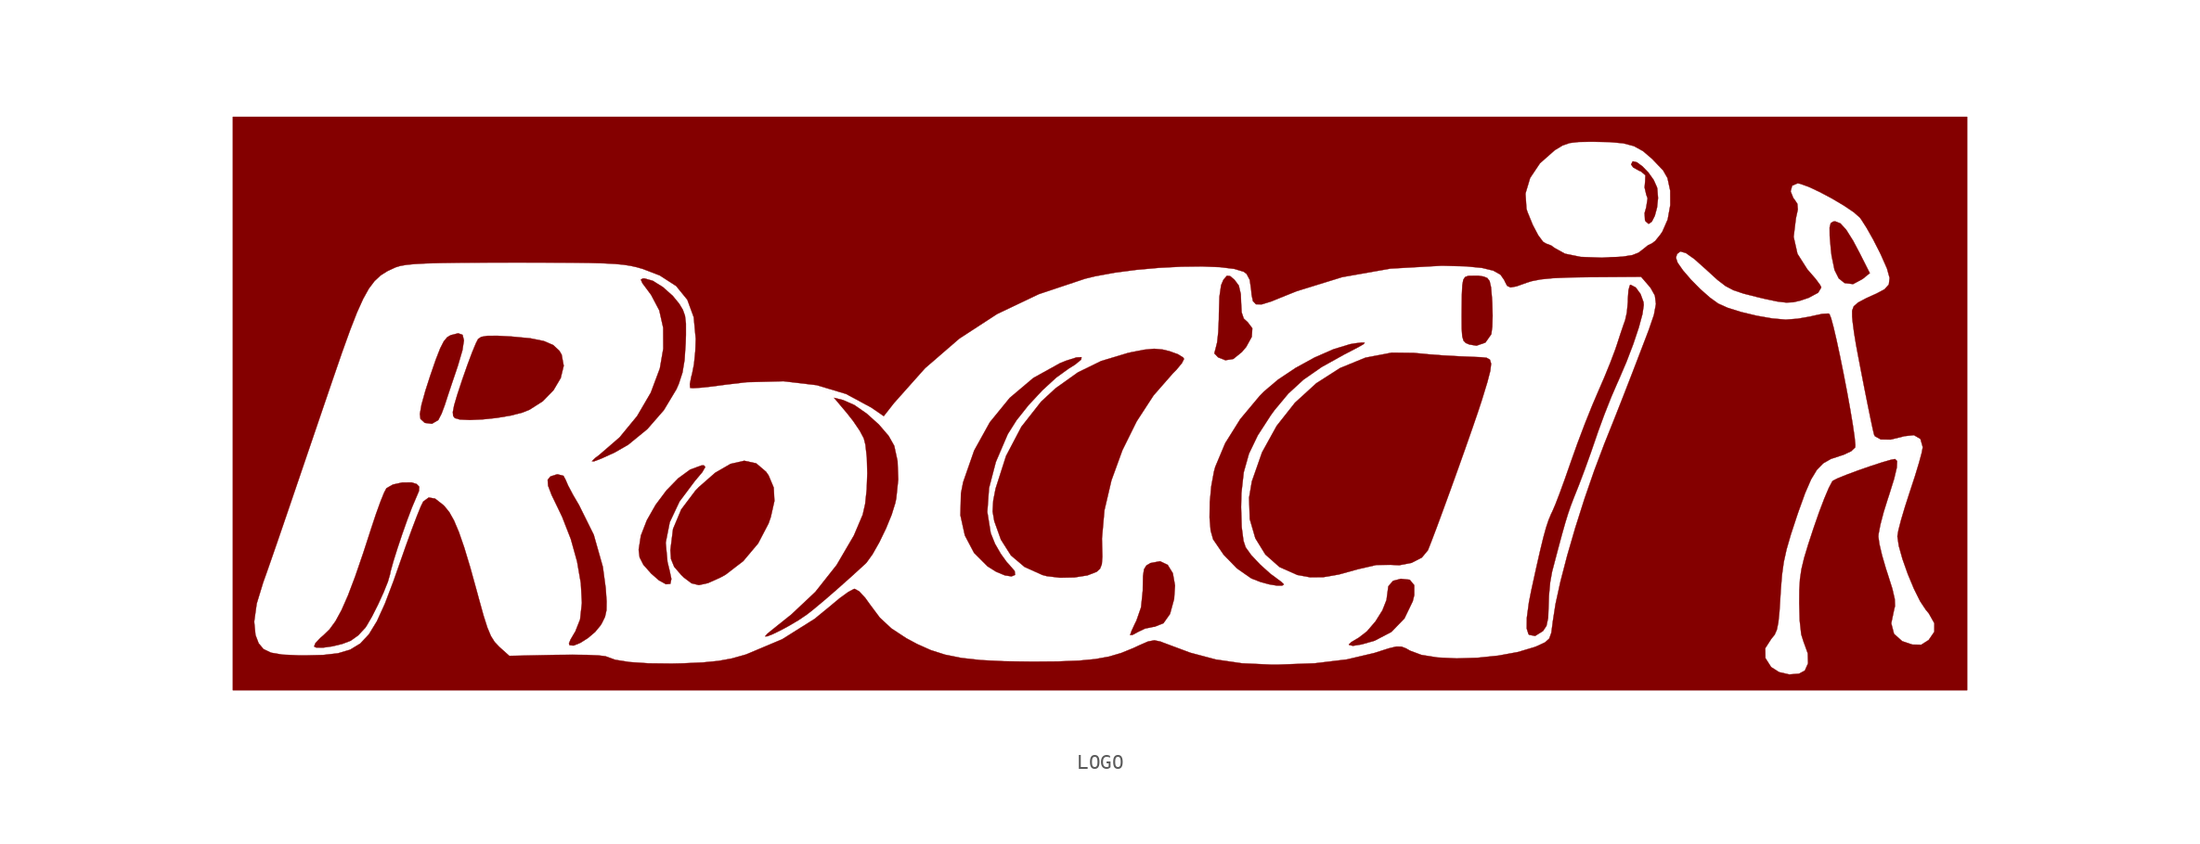
<source format=kicad_sym>
(kicad_symbol_lib
  (version 20220914)
  (generator bitmap2component)
  (symbol "LOGO"
    (pin_names
      (offset 1.016))
    (property "Reference" "#G"
      (at 0 18.575 0)
      (effects (font (size 1.27 1.27)) hide))
    (symbol "LOGO_0_0"
      (polyline (pts (xy 58.484 -0.107) (xy 58.484 19.21) (xy 0.107 19.21) (xy -58.27 19.21) (xy -58.27 14.046) (xy 28.751 14.046) (xy 29.064 15.091) (xy 29.727 16.082) (xy 30.709 16.95) (xy 30.769 16.991) (xy 31.25 17.281) (xy 31.725 17.446) (xy 32.336 17.518) (xy 33.229 17.532) (xy 34.393 17.511) (xy 35.327 17.428) (xy 36.047 17.24) (xy 36.661 16.903) (xy 37.281 16.372) (xy 38.014 15.604) (xy 38.309 15.09) (xy 38.494 14.237) (xy 38.498 13.258) (xy 38.323 12.293) (xy 37.969 11.482) (xy 37.825 11.269) (xy 37.487 10.851) (xy 37.26 10.681) (xy 36.993 10.554) (xy 36.6 10.239) (xy 36.36 10.058) (xy 35.939 9.893) (xy 35.302 9.793) (xy 34.345 9.733) (xy 33.95 9.722) (xy 38.88 9.722) (xy 38.959 9.972) (xy 39.179 10.141) (xy 39.554 10.031) (xy 40.123 9.626) (xy 40.926 8.91) (xy 40.994 8.846) (xy 41.678 8.223) (xy 42.219 7.808) (xy 42.758 7.525) (xy 43.434 7.3) (xy 44.387 7.058) (xy 44.854 6.947) (xy 45.702 6.768) (xy 46.308 6.696) (xy 46.789 6.719) (xy 47.262 6.83) (xy 47.821 7.019) (xy 48.453 7.36) (xy 48.666 7.715) (xy 48.589 7.879) (xy 48.288 8.287) (xy 47.837 8.809) (xy 47.733 8.926) (xy 47.061 9.982) (xy 46.804 11.123) (xy 46.957 12.377) (xy 47.085 12.964) (xy 47.054 13.352) (xy 46.839 13.674) (xy 46.781 13.743) (xy 46.6 14.194) (xy 46.704 14.57) (xy 47.063 14.728) (xy 47.228 14.704) (xy 47.794 14.503) (xy 48.551 14.15) (xy 49.386 13.706) (xy 50.188 13.23) (xy 50.847 12.785) (xy 51.251 12.431) (xy 51.35 12.301) (xy 51.72 11.721) (xy 52.165 10.931) (xy 52.608 10.062) (xy 52.679 9.913) (xy 53.085 8.996) (xy 53.264 8.356) (xy 53.211 7.913) (xy 52.919 7.589) (xy 52.381 7.303) (xy 51.688 6.99) (xy 51.139 6.698) (xy 50.847 6.441) (xy 50.74 6.148) (xy 50.742 5.748) (xy 50.772 5.428) (xy 50.872 4.658) (xy 51.006 3.842) (xy 51.144 3.105) (xy 51.354 2.01) (xy 51.575 0.879) (xy 51.79 -0.198) (xy 51.981 -1.129) (xy 52.128 -1.822) (xy 52.215 -2.188) (xy 52.275 -2.31) (xy 52.673 -2.528) (xy 53.338 -2.535) (xy 54.188 -2.325) (xy 54.239 -2.308) (xy 54.902 -2.237) (xy 55.339 -2.492) (xy 55.496 -3.045) (xy 55.496 -3.051) (xy 55.425 -3.426) (xy 55.241 -4.106) (xy 54.971 -4.996) (xy 54.642 -6.002) (xy 54.634 -6.025) (xy 54.306 -7.04) (xy 54.036 -7.949) (xy 53.855 -8.652) (xy 53.788 -9.05) (xy 53.881 -9.694) (xy 54.131 -10.589) (xy 54.488 -11.597) (xy 54.901 -12.588) (xy 55.32 -13.431) (xy 55.695 -13.996) (xy 55.903 -14.248) (xy 56.277 -14.912) (xy 56.274 -15.484) (xy 55.901 -16.031) (xy 55.883 -16.048) (xy 55.398 -16.358) (xy 54.794 -16.348) (xy 54.112 -16.119) (xy 53.56 -15.622) (xy 53.375 -14.913) (xy 53.565 -14.006) (xy 53.627 -13.749) (xy 53.608 -13.275) (xy 53.45 -12.59) (xy 53.138 -11.604) (xy 53.018 -11.237) (xy 52.757 -10.34) (xy 52.576 -9.573) (xy 52.508 -9.072) (xy 52.521 -8.898) (xy 52.642 -8.268) (xy 52.862 -7.428) (xy 53.148 -6.51) (xy 53.218 -6.301) (xy 53.568 -5.181) (xy 53.749 -4.417) (xy 53.768 -3.981) (xy 53.628 -3.845) (xy 53.34 -3.9) (xy 52.739 -4.075) (xy 51.963 -4.328) (xy 51.129 -4.619) (xy 50.352 -4.908) (xy 49.751 -5.152) (xy 49.441 -5.312) (xy 49.39 -5.374) (xy 49.171 -5.79) (xy 48.868 -6.505) (xy 48.515 -7.435) (xy 48.144 -8.501) (xy 47.791 -9.577) (xy 47.509 -10.511) (xy 47.329 -11.261) (xy 47.229 -11.941) (xy 47.186 -12.667) (xy 47.179 -13.554) (xy 47.211 -14.727) (xy 47.315 -15.664) (xy 47.492 -16.222) (xy 47.503 -16.241) (xy 47.754 -16.939) (xy 47.774 -17.613) (xy 47.556 -18.1) (xy 47.164 -18.309) (xy 46.509 -18.36) (xy 45.824 -18.204) (xy 45.288 -17.862) (xy 44.905 -17.26) (xy 44.892 -16.597) (xy 45.304 -15.956) (xy 45.315 -15.944) (xy 45.525 -15.686) (xy 45.672 -15.352) (xy 45.774 -14.855) (xy 45.85 -14.107) (xy 45.918 -13.021) (xy 45.938 -12.67) (xy 46.019 -11.658) (xy 46.139 -10.788) (xy 46.329 -9.926) (xy 46.615 -8.937) (xy 47.027 -7.684) (xy 47.125 -7.396) (xy 47.578 -6.14) (xy 47.977 -5.221) (xy 48.369 -4.573) (xy 48.799 -4.134) (xy 49.314 -3.839) (xy 49.961 -3.625) (xy 50.152 -3.566) (xy 50.676 -3.322) (xy 50.948 -3.063) (xy 50.958 -2.896) (xy 50.905 -2.351) (xy 50.784 -1.522) (xy 50.611 -0.488) (xy 50.401 0.674) (xy 50.168 1.885) (xy 49.929 3.067) (xy 49.699 4.14) (xy 49.492 5.028) (xy 49.324 5.651) (xy 49.209 5.931) (xy 49.124 5.958) (xy 48.716 5.932) (xy 48.122 5.805) (xy 47.931 5.758) (xy 47.08 5.609) (xy 46.303 5.55) (xy 46.236 5.55) (xy 45.364 5.627) (xy 44.33 5.807) (xy 43.282 6.057) (xy 42.366 6.342) (xy 41.729 6.628) (xy 41.169 7.031) (xy 40.52 7.604) (xy 39.889 8.245) (xy 39.353 8.867) (xy 38.99 9.388) (xy 38.88 9.722) (xy 33.95 9.722) (xy 33.903 9.72) (xy 32.47 9.773) (xy 31.415 9.988) (xy 30.719 10.37) (xy 30.485 10.541) (xy 30.138 10.672) (xy 29.94 10.786) (xy 29.609 11.231) (xy 29.24 11.933) (xy 28.883 12.807) (xy 28.818 13.015) (xy 28.751 14.046) (xy -58.27 14.046) (xy -58.27 -0.107) (xy -58.27 -14.802) (xy -56.833 -14.802) (xy -56.663 -13.587) (xy -56.23 -12.166) (xy -56.205 -12.096) (xy -56.002 -11.53) (xy -55.696 -10.652) (xy -55.312 -9.543) (xy -54.878 -8.278) (xy -54.421 -6.937) (xy -54.014 -5.742) (xy -53.397 -3.927) (xy -52.749 -2.024) (xy -52.128 -0.198) (xy -51.588 1.387) (xy -51.549 1.501) (xy -50.91 3.357) (xy -50.371 4.853) (xy -49.909 6.035) (xy -49.498 6.947) (xy -49.114 7.636) (xy -48.73 8.147) (xy -48.323 8.525) (xy -47.866 8.814) (xy -47.335 9.061) (xy -47.296 9.077) (xy -47.002 9.166) (xy -46.597 9.237) (xy -46.036 9.292) (xy -45.273 9.333) (xy -44.263 9.361) (xy -42.961 9.379) (xy -41.323 9.389) (xy -39.303 9.392) (xy -38.932 9.392) (xy -37.024 9.389) (xy -35.483 9.381) (xy -34.258 9.366) (xy -33.297 9.339) (xy -32.549 9.3) (xy -31.963 9.245) (xy -31.487 9.171) (xy -31.07 9.077) (xy -30.662 8.959) (xy -29.528 8.523) (xy -28.426 7.811) (xy -27.674 6.887) (xy -27.244 5.712) (xy -27.108 4.249) (xy -27.138 3.413) (xy -27.227 2.538) (xy -27.355 1.891) (xy -27.406 1.709) (xy -27.504 1.206) (xy -27.486 0.948) (xy -27.308 0.929) (xy -26.78 0.96) (xy -25.998 1.043) (xy -25.051 1.17) (xy -23.684 1.331) (xy -21.196 1.396) (xy -18.961 1.131) (xy -16.988 0.539) (xy -15.283 -0.381) (xy -14.451 -0.956) (xy -13.789 -0.111) (xy -13.754 -0.067) (xy -11.668 2.276) (xy -9.364 4.268) (xy -6.819 5.925) (xy -4.006 7.265) (xy -0.901 8.302) (xy -0.211 8.47) (xy 1.103 8.711) (xy 2.559 8.901) (xy 4.077 9.037) (xy 5.575 9.114) (xy 6.974 9.131) (xy 8.193 9.082) (xy 9.153 8.965) (xy 9.773 8.776) (xy 9.974 8.629) (xy 10.188 8.225) (xy 10.287 7.523) (xy 10.309 7.242) (xy 10.401 6.8) (xy 10.607 6.581) (xy 10.996 6.575) (xy 11.635 6.771) (xy 12.593 7.16) (xy 13.346 7.462) (xy 16.414 8.411) (xy 19.66 8.984) (xy 23.052 9.176) (xy 23.304 9.175) (xy 24.75 9.137) (xy 25.828 9.031) (xy 26.584 8.848) (xy 27.068 8.576) (xy 27.326 8.205) (xy 27.352 8.136) (xy 27.512 7.827) (xy 27.741 7.716) (xy 28.148 7.789) (xy 28.842 8.036) (xy 29.171 8.14) (xy 29.782 8.259) (xy 30.601 8.339) (xy 31.702 8.387) (xy 33.155 8.409) (xy 36.535 8.431) (xy 37.051 7.832) (xy 37.183 7.669) (xy 37.462 7.168) (xy 37.534 6.602) (xy 37.398 5.869) (xy 37.055 4.866) (xy 36.765 4.105) (xy 36.007 2.127) (xy 35.347 0.426) (xy 34.751 -1.09) (xy 34.181 -2.514) (xy 34.063 -2.81) (xy 33.377 -4.63) (xy 32.713 -6.552) (xy 32.098 -8.493) (xy 31.553 -10.371) (xy 31.104 -12.104) (xy 30.774 -13.608) (xy 30.588 -14.803) (xy 30.581 -14.873) (xy 30.491 -15.551) (xy 30.349 -15.947) (xy 30.072 -16.195) (xy 29.577 -16.429) (xy 29.373 -16.512) (xy 28.244 -16.849) (xy 26.924 -17.092) (xy 25.515 -17.237) (xy 24.116 -17.28) (xy 22.826 -17.217) (xy 21.747 -17.045) (xy 20.979 -16.759) (xy 20.711 -16.605) (xy 20.398 -16.484) (xy 20.054 -16.481) (xy 19.553 -16.601) (xy 18.772 -16.851) (xy 18.567 -16.916) (xy 16.732 -17.348) (xy 14.575 -17.608) (xy 12.06 -17.7) (xy 11.632 -17.699) (xy 9.663 -17.609) (xy 7.904 -17.353) (xy 6.189 -16.898) (xy 4.354 -16.214) (xy 4.182 -16.146) (xy 3.768 -16.059) (xy 3.331 -16.143) (xy 2.699 -16.42) (xy 2.357 -16.581) (xy 1.54 -16.914) (xy 0.712 -17.158) (xy -0.211 -17.325) (xy -1.311 -17.429) (xy -2.672 -17.482) (xy -4.376 -17.496) (xy -4.41 -17.496) (xy -6.339 -17.472) (xy -7.917 -17.393) (xy -9.219 -17.249) (xy -10.317 -17.029) (xy -11.284 -16.721) (xy -12.194 -16.315) (xy -12.923 -15.925) (xy -13.937 -15.259) (xy -14.717 -14.531) (xy -15.379 -13.644) (xy -15.7 -13.197) (xy -16.106 -12.762) (xy -16.404 -12.594) (xy -16.467 -12.606) (xy -16.852 -12.813) (xy -17.421 -13.225) (xy -18.073 -13.77) (xy -19.104 -14.615) (xy -21.288 -15.989) (xy -23.692 -17.002) (xy -23.811 -17.04) (xy -24.68 -17.284) (xy -25.572 -17.447) (xy -26.621 -17.55) (xy -27.961 -17.611) (xy -28.729 -17.628) (xy -30.284 -17.611) (xy -31.567 -17.525) (xy -32.528 -17.373) (xy -33.116 -17.159) (xy -33.193 -17.133) (xy -33.648 -17.079) (xy -34.412 -17.045) (xy -35.401 -17.032) (xy -36.53 -17.043) (xy -39.657 -17.109) (xy -40.33 -16.505) (xy -40.345 -16.491) (xy -40.645 -16.173) (xy -40.897 -15.771) (xy -41.135 -15.203) (xy -41.396 -14.385) (xy -41.714 -13.234) (xy -41.81 -12.877) (xy -42.284 -11.163) (xy -42.692 -9.809) (xy -43.052 -8.767) (xy -43.382 -7.987) (xy -43.699 -7.423) (xy -44.023 -7.024) (xy -44.104 -6.944) (xy -44.656 -6.512) (xy -45.084 -6.439) (xy -45.453 -6.711) (xy -45.458 -6.717) (xy -45.612 -7.029) (xy -45.874 -7.673) (xy -46.219 -8.581) (xy -46.62 -9.685) (xy -47.052 -10.916) (xy -47.458 -12.072) (xy -48.035 -13.594) (xy -48.572 -14.775) (xy -49.111 -15.656) (xy -49.698 -16.281) (xy -50.376 -16.693) (xy -51.19 -16.934) (xy -52.183 -17.047) (xy -53.399 -17.076) (xy -53.838 -17.073) (xy -54.933 -17.025) (xy -55.698 -16.894) (xy -56.207 -16.65) (xy -56.532 -16.263) (xy -56.745 -15.704) (xy -56.833 -14.802) (xy -58.27 -14.802) (xy -58.27 -19.424) (xy 0.107 -19.424) (xy 58.484 -19.424) (xy 58.484 -0.107)) (stroke (width 0.01) (type default)) (fill (type outline)))
      (polyline (pts (xy 51.449 8.288) (xy 51.931 8.679) (xy 51.239 10.049) (xy 50.813 10.854) (xy 50.338 11.61) (xy 49.947 12.034) (xy 49.606 12.166) (xy 49.471 12.155) (xy 49.3 12.046) (xy 49.224 11.753) (xy 49.23 11.197) (xy 49.307 10.297) (xy 49.356 9.862) (xy 49.557 8.889) (xy 49.841 8.322) (xy 50.233 8.009) (xy 50.806 7.941) (xy 51.449 8.288)) (stroke (width 0.01) (type default)) (fill (type outline)))
      (polyline (pts (xy -51.569 -16.466) (xy -50.9 -16.304) (xy -50.337 -16.089) (xy -49.826 -15.725) (xy -49.35 -15.211) (xy -49.27 -15.093) (xy -48.903 -14.46) (xy -48.501 -13.664) (xy -48.124 -12.838) (xy -47.834 -12.117) (xy -47.694 -11.633) (xy -47.647 -11.404) (xy -47.467 -10.754) (xy -47.195 -9.886) (xy -46.871 -8.916) (xy -46.533 -7.96) (xy -46.221 -7.133) (xy -45.975 -6.551) (xy -45.963 -6.525) (xy -45.742 -6.003) (xy -45.724 -5.715) (xy -45.898 -5.529) (xy -46.236 -5.422) (xy -46.858 -5.425) (xy -47.492 -5.564) (xy -47.928 -5.809) (xy -48.085 -6.101) (xy -48.333 -6.715) (xy -48.637 -7.558) (xy -48.962 -8.538) (xy -49.489 -10.165) (xy -50.039 -11.768) (xy -50.52 -13.04) (xy -50.954 -14.026) (xy -51.36 -14.771) (xy -51.758 -15.319) (xy -52.169 -15.718) (xy -52.375 -15.893) (xy -52.715 -16.256) (xy -52.801 -16.478) (xy -52.662 -16.547) (xy -52.202 -16.555) (xy -51.569 -16.466)) (stroke (width 0.01) (type default)) (fill (type outline)))
      (polyline (pts (xy -34.885 -16.237) (xy -34.372 -15.914) (xy -33.883 -15.501) (xy -33.514 -15.053) (xy -33.42 -14.897) (xy -33.215 -14.477) (xy -33.117 -14.034) (xy -33.108 -13.435) (xy -33.169 -12.546) (xy -33.362 -11.112) (xy -33.973 -8.951) (xy -34.97 -6.94) (xy -35.375 -6.248) (xy -35.703 -5.628) (xy -35.873 -5.233) (xy -36.013 -4.976) (xy -36.407 -4.876) (xy -36.507 -4.895) (xy -36.896 -5.023) (xy -37.076 -5.25) (xy -37.048 -5.645) (xy -36.809 -6.275) (xy -36.358 -7.207) (xy -36.102 -7.743) (xy -35.518 -9.239) (xy -35.095 -10.756) (xy -34.843 -12.216) (xy -34.772 -13.542) (xy -34.894 -14.654) (xy -35.218 -15.475) (xy -35.27 -15.554) (xy -35.535 -16.006) (xy -35.644 -16.275) (xy -35.6 -16.393) (xy -35.326 -16.415) (xy -34.885 -16.237)) (stroke (width 0.01) (type default)) (fill (type outline)))
      (polyline (pts (xy 17.723 -16.337) (xy 18.582 -16.091) (xy 18.604 -16.084) (xy 19.73 -15.493) (xy 20.604 -14.586) (xy 21.161 -13.431) (xy 21.264 -13.013) (xy 21.262 -12.345) (xy 20.96 -11.98) (xy 20.358 -11.916) (xy 19.833 -12.055) (xy 19.518 -12.418) (xy 19.427 -13.088) (xy 19.395 -13.339) (xy 19.121 -14.037) (xy 18.648 -14.792) (xy 18.073 -15.462) (xy 17.492 -15.907) (xy 17.442 -15.933) (xy 17.031 -16.178) (xy 16.862 -16.334) (xy 16.871 -16.369) (xy 17.134 -16.433) (xy 17.723 -16.337)) (stroke (width 0.01) (type default)) (fill (type outline)))
      (polyline (pts (xy -22.288 -15.789) (xy -21.912 -15.64) (xy -21.386 -15.385) (xy -20.783 -15.058) (xy -20.175 -14.696) (xy -19.637 -14.333) (xy -19.235 -14.019) (xy -18.507 -13.413) (xy -17.618 -12.643) (xy -16.65 -11.782) (xy -15.688 -10.904) (xy -15.607 -10.821) (xy -15.204 -10.26) (xy -14.746 -9.451) (xy -14.297 -8.522) (xy -13.919 -7.6) (xy -13.675 -6.814) (xy -13.609 -6.494) (xy -13.476 -5.224) (xy -13.522 -3.985) (xy -13.744 -2.957) (xy -14.12 -2.288) (xy -14.78 -1.52) (xy -15.592 -0.789) (xy -16.434 -0.204) (xy -17.187 0.127) (xy -17.798 0.28) (xy -16.917 -0.767) (xy -16.511 -1.284) (xy -16.063 -1.945) (xy -15.793 -2.455) (xy -15.685 -2.881) (xy -15.588 -3.756) (xy -15.56 -4.808) (xy -15.599 -5.895) (xy -15.702 -6.872) (xy -15.868 -7.598) (xy -16.461 -8.997) (xy -17.623 -10.985) (xy -19.061 -12.804) (xy -20.686 -14.332) (xy -20.903 -14.505) (xy -21.547 -15.018) (xy -22.041 -15.415) (xy -22.294 -15.622) (xy -22.299 -15.626) (xy -22.442 -15.796) (xy -22.288 -15.789)) (stroke (width 0.01) (type default)) (fill (type outline)))
      (polyline (pts (xy 2.292 -15.7) (xy 2.661 -15.499) (xy 3.134 -15.272) (xy 3.695 -15.155) (xy 3.77 -15.152) (xy 4.377 -14.913) (xy 4.822 -14.284) (xy 5.097 -13.276) (xy 5.157 -12.369) (xy 5.01 -11.539) (xy 4.665 -10.978) (xy 4.153 -10.733) (xy 3.508 -10.853) (xy 3.228 -11.019) (xy 3.071 -11.273) (xy 3.003 -11.725) (xy 2.988 -12.491) (xy 2.986 -12.704) (xy 2.871 -13.837) (xy 2.561 -14.728) (xy 2.448 -14.955) (xy 2.224 -15.444) (xy 2.135 -15.704) (xy 2.135 -15.707) (xy 2.292 -15.7)) (stroke (width 0.01) (type default)) (fill (type outline)))
      (polyline (pts (xy 29.919 -15.442) (xy 29.945 -15.417) (xy 30.164 -15.083) (xy 30.277 -14.55) (xy 30.309 -13.706) (xy 30.331 -13.047) (xy 30.414 -12.148) (xy 30.54 -11.444) (xy 30.611 -11.172) (xy 30.954 -9.868) (xy 31.22 -8.882) (xy 31.432 -8.131) (xy 31.615 -7.536) (xy 31.794 -7.015) (xy 31.995 -6.487) (xy 32.241 -5.87) (xy 32.354 -5.584) (xy 32.733 -4.581) (xy 33.145 -3.437) (xy 33.52 -2.348) (xy 33.637 -2.006) (xy 34.061 -0.848) (xy 34.521 0.317) (xy 34.937 1.281) (xy 35.021 1.464) (xy 35.547 2.694) (xy 36.011 3.908) (xy 36.38 5.013) (xy 36.624 5.918) (xy 36.713 6.531) (xy 36.694 6.73) (xy 36.498 7.272) (xy 36.175 7.714) (xy 35.826 7.897) (xy 35.773 7.856) (xy 35.682 7.516) (xy 35.645 6.947) (xy 35.641 6.732) (xy 35.576 6.029) (xy 35.459 5.506) (xy 35.358 5.227) (xy 35.14 4.584) (xy 34.899 3.842) (xy 34.787 3.512) (xy 34.463 2.655) (xy 34.052 1.646) (xy 33.617 0.64) (xy 33.251 -0.215) (xy 32.749 -1.467) (xy 32.243 -2.806) (xy 31.798 -4.056) (xy 31.76 -4.165) (xy 31.391 -5.221) (xy 31.044 -6.173) (xy 30.756 -6.92) (xy 30.565 -7.364) (xy 30.466 -7.57) (xy 30.302 -7.967) (xy 30.137 -8.462) (xy 29.956 -9.118) (xy 29.741 -10.001) (xy 29.475 -11.173) (xy 29.14 -12.7) (xy 28.982 -13.501) (xy 28.843 -14.533) (xy 28.834 -15.268) (xy 28.957 -15.653) (xy 29 -15.691) (xy 29.399 -15.768) (xy 29.919 -15.442)) (stroke (width 0.01) (type default)) (fill (type outline)))
      (polyline (pts (xy -28.816 -12.257) (xy -28.75 -11.93) (xy -28.762 -11.857) (xy -28.861 -11.393) (xy -29.009 -10.779) (xy -29.13 -9.484) (xy -28.857 -8.103) (xy -28.198 -6.704) (xy -27.168 -5.33) (xy -26.664 -4.729) (xy -26.465 -4.38) (xy -26.565 -4.269) (xy -26.734 -4.281) (xy -27.487 -4.559) (xy -28.291 -5.146) (xy -29.086 -5.964) (xy -29.81 -6.933) (xy -30.402 -7.974) (xy -30.803 -9.008) (xy -30.95 -9.956) (xy -30.888 -10.467) (xy -30.631 -10.973) (xy -30.101 -11.571) (xy -29.589 -12.018) (xy -29.114 -12.282) (xy -28.816 -12.257)) (stroke (width 0.01) (type default)) (fill (type outline)))
      (polyline (pts (xy -26.286 -12.206) (xy -25.444 -11.828) (xy -25.107 -11.644) (xy -23.91 -10.724) (xy -22.907 -9.532) (xy -22.205 -8.188) (xy -22.055 -7.757) (xy -21.811 -6.671) (xy -21.859 -5.769) (xy -22.199 -4.957) (xy -22.374 -4.703) (xy -23.038 -4.137) (xy -23.842 -3.962) (xy -24.768 -4.174) (xy -25.798 -4.77) (xy -26.912 -5.747) (xy -27.136 -5.981) (xy -28.085 -7.242) (xy -28.637 -8.559) (xy -28.815 -9.985) (xy -28.771 -10.587) (xy -28.56 -11.107) (xy -28.089 -11.654) (xy -27.899 -11.839) (xy -27.391 -12.22) (xy -26.895 -12.339) (xy -26.286 -12.206)) (stroke (width 0.01) (type default)) (fill (type outline)))
      (polyline (pts (xy 12.492 -12.29) (xy 12.29 -12.101) (xy 12.272 -12.089) (xy 11.598 -11.593) (xy 10.895 -10.962) (xy 10.29 -10.32) (xy 9.911 -9.792) (xy 9.767 -9.357) (xy 9.645 -8.427) (xy 9.605 -7.088) (xy 9.626 -6.148) (xy 9.784 -4.735) (xy 10.136 -3.485) (xy 10.728 -2.254) (xy 11.605 -0.898) (xy 11.856 -0.552) (xy 12.783 0.561) (xy 13.802 1.498) (xy 15.023 2.348) (xy 16.553 3.201) (xy 16.72 3.286) (xy 17.455 3.668) (xy 17.847 3.893) (xy 17.929 3.994) (xy 17.733 4.003) (xy 17.289 3.952) (xy 16.944 3.893) (xy 15.816 3.549) (xy 14.549 2.993) (xy 13.267 2.289) (xy 12.09 1.503) (xy 11.141 0.699) (xy 10.861 0.413) (xy 9.552 -1.153) (xy 8.534 -2.78) (xy 7.865 -4.376) (xy 7.78 -4.686) (xy 7.599 -5.672) (xy 7.498 -6.747) (xy 7.482 -7.785) (xy 7.554 -8.66) (xy 7.719 -9.246) (xy 7.732 -9.271) (xy 8.43 -10.294) (xy 9.317 -11.208) (xy 10.245 -11.859) (xy 10.359 -11.915) (xy 10.915 -12.132) (xy 11.492 -12.288) (xy 12.006 -12.373) (xy 12.368 -12.377) (xy 12.492 -12.29)) (stroke (width 0.01) (type default)) (fill (type outline)))
      (polyline (pts (xy -1.615 -11.823) (xy -0.738 -11.686) (xy -0.113 -11.442) (xy -0.106 -11.437) (xy 0.111 -11.236) (xy 0.229 -10.932) (xy 0.267 -10.416) (xy 0.246 -9.582) (xy 0.238 -9.203) (xy 0.406 -7.298) (xy 0.879 -5.279) (xy 1.617 -3.249) (xy 2.577 -1.307) (xy 3.718 0.446) (xy 4.998 1.909) (xy 5.255 2.171) (xy 5.62 2.612) (xy 5.763 2.896) (xy 5.71 2.992) (xy 5.357 3.212) (xy 4.783 3.421) (xy 4.315 3.533) (xy 3.756 3.583) (xy 3.103 3.523) (xy 2.199 3.347) (xy 1.96 3.293) (xy 0.179 2.756) (xy -1.381 1.992) (xy -2.881 0.924) (xy -3.856 0.021) (xy -5.187 -1.673) (xy -6.217 -3.637) (xy -6.921 -5.833) (xy -7.081 -6.654) (xy -7.121 -7.381) (xy -7.01 -8.03) (xy -6.564 -9.277) (xy -5.888 -10.342) (xy -4.974 -11.116) (xy -3.769 -11.659) (xy -3.475 -11.737) (xy -2.582 -11.843) (xy -1.615 -11.823)) (stroke (width 0.01) (type default)) (fill (type outline)))
      (polyline (pts (xy 15.14 -11.806) (xy 16.18 -11.627) (xy 17.489 -11.266) (xy 18.716 -10.985) (xy 19.677 -10.974) (xy 20.248 -11.002) (xy 21.082 -10.842) (xy 21.774 -10.486) (xy 22.185 -9.99) (xy 22.392 -9.466) (xy 22.759 -8.499) (xy 23.206 -7.287) (xy 23.704 -5.921) (xy 24.218 -4.491) (xy 24.717 -3.085) (xy 25.169 -1.795) (xy 25.541 -0.709) (xy 25.802 0.083) (xy 25.853 0.247) (xy 26.186 1.337) (xy 26.382 2.094) (xy 26.439 2.577) (xy 26.357 2.851) (xy 26.135 2.976) (xy 25.774 3.014) (xy 25.725 3.016) (xy 24.307 3.076) (xy 23.177 3.138) (xy 22.198 3.212) (xy 21.234 3.305) (xy 19.749 3.322) (xy 17.972 2.982) (xy 16.262 2.282) (xy 14.666 1.258) (xy 13.229 -0.054) (xy 11.997 -1.617) (xy 11.016 -3.395) (xy 10.331 -5.352) (xy 10.143 -6.455) (xy 10.189 -7.89) (xy 10.564 -9.184) (xy 11.239 -10.28) (xy 12.188 -11.122) (xy 13.384 -11.654) (xy 13.418 -11.663) (xy 14.257 -11.815) (xy 15.14 -11.806)) (stroke (width 0.01) (type default)) (fill (type outline)))
      (polyline (pts (xy -5.609 -11.654) (xy -5.638 -11.392) (xy -6 -10.972) (xy -6.173 -10.785) (xy -6.575 -10.226) (xy -6.96 -9.559) (xy -7.249 -8.838) (xy -7.479 -7.41) (xy -7.363 -5.799) (xy -6.905 -4.045) (xy -6.109 -2.185) (xy -6.091 -2.151) (xy -5.513 -1.236) (xy -4.708 -0.222) (xy -3.783 0.773) (xy -2.85 1.632) (xy -2.015 2.237) (xy -1.576 2.512) (xy -1.165 2.847) (xy -1.134 3.018) (xy -1.476 3.001) (xy -2.183 2.776) (xy -2.582 2.615) (xy -4.384 1.615) (xy -5.971 0.274) (xy -7.31 -1.369) (xy -8.365 -3.274) (xy -9.105 -5.4) (xy -9.254 -6.157) (xy -9.291 -7.635) (xy -8.991 -8.995) (xy -8.373 -10.167) (xy -7.457 -11.084) (xy -6.88 -11.443) (xy -6.296 -11.685) (xy -5.85 -11.753) (xy -5.609 -11.654)) (stroke (width 0.01) (type default)) (fill (type outline)))
      (polyline (pts (xy -33.446 -3.807) (xy -32.564 -3.406) (xy -31.653 -2.882) (xy -30.369 -1.832) (xy -29.251 -0.548) (xy -28.409 0.854) (xy -28.246 1.224) (xy -28.002 1.975) (xy -27.86 2.829) (xy -27.787 3.949) (xy -27.768 4.517) (xy -27.769 5.282) (xy -27.831 5.806) (xy -27.974 6.21) (xy -28.216 6.612) (xy -28.661 7.155) (xy -29.324 7.743) (xy -30.001 8.164) (xy -30.564 8.324) (xy -30.67 8.32) (xy -30.802 8.243) (xy -30.7 8.004) (xy -30.343 7.524) (xy -30.114 7.215) (xy -29.563 6.169) (xy -29.3 5.001) (xy -29.294 3.589) (xy -29.524 2.259) (xy -30.134 0.627) (xy -31.055 -0.951) (xy -32.235 -2.385) (xy -33.618 -3.583) (xy -33.877 -3.776) (xy -34.099 -3.992) (xy -33.956 -4.002) (xy -33.446 -3.807)) (stroke (width 0.01) (type default)) (fill (type outline)))
      (polyline (pts (xy -44.45 -1.227) (xy -44.429 -1.199) (xy -44.217 -0.787) (xy -44.003 -0.213) (xy -43.992 -0.18) (xy -43.798 0.419) (xy -43.525 1.24) (xy -43.228 2.117) (xy -43.115 2.458) (xy -42.817 3.474) (xy -42.712 4.15) (xy -42.805 4.522) (xy -43.102 4.627) (xy -43.608 4.498) (xy -43.838 4.364) (xy -44.069 4.087) (xy -44.314 3.605) (xy -44.609 2.85) (xy -44.987 1.754) (xy -45.306 0.764) (xy -45.57 -0.187) (xy -45.679 -0.81) (xy -45.64 -1.141) (xy -45.352 -1.408) (xy -44.871 -1.472) (xy -44.45 -1.227)) (stroke (width 0.01) (type default)) (fill (type outline)))
      (polyline (pts (xy -41.441 -1.174) (xy -40.484 -1.072) (xy -39.56 -0.917) (xy -38.784 -0.719) (xy -38.3 -0.525) (xy -37.405 0.047) (xy -36.686 0.785) (xy -36.198 1.609) (xy -35.996 2.437) (xy -36.135 3.187) (xy -36.288 3.447) (xy -36.7 3.832) (xy -37.332 4.104) (xy -38.252 4.289) (xy -39.53 4.409) (xy -40.455 4.458) (xy -41.137 4.454) (xy -41.545 4.385) (xy -41.759 4.244) (xy -41.908 3.956) (xy -42.161 3.344) (xy -42.475 2.506) (xy -42.816 1.535) (xy -42.82 1.522) (xy -43.164 0.481) (xy -43.373 -0.23) (xy -43.46 -0.683) (xy -43.438 -0.946) (xy -43.322 -1.091) (xy -42.987 -1.184) (xy -42.313 -1.215) (xy -41.441 -1.174)) (stroke (width 0.01) (type default)) (fill (type outline)))
      (polyline (pts (xy 9.083 2.897) (xy 9.657 3.362) (xy 9.951 3.707) (xy 10.324 4.388) (xy 10.362 4.964) (xy 10.052 5.373) (xy 9.786 5.618) (xy 9.643 6.035) (xy 9.605 6.742) (xy 9.585 7.269) (xy 9.452 7.842) (xy 9.159 8.235) (xy 8.861 8.484) (xy 8.649 8.503) (xy 8.412 8.227) (xy 8.259 7.862) (xy 8.147 7.088) (xy 8.111 5.922) (xy 8.107 5.572) (xy 8.068 4.705) (xy 7.993 4.014) (xy 7.896 3.626) (xy 7.803 3.275) (xy 8.056 3.006) (xy 8.546 2.811) (xy 9.083 2.897)) (stroke (width 0.01) (type default)) (fill (type outline)))
      (polyline (pts (xy 26.053 3.999) (xy 26.441 4.549) (xy 26.453 4.587) (xy 26.516 5.069) (xy 26.538 5.812) (xy 26.514 6.672) (xy 26.493 7.022) (xy 26.431 7.731) (xy 26.337 8.143) (xy 26.181 8.351) (xy 25.932 8.451) (xy 25.576 8.507) (xy 24.958 8.502) (xy 24.875 8.489) (xy 24.684 8.417) (xy 24.565 8.236) (xy 24.498 7.866) (xy 24.468 7.228) (xy 24.456 6.243) (xy 24.453 5.762) (xy 24.458 4.938) (xy 24.494 4.421) (xy 24.58 4.126) (xy 24.733 3.971) (xy 24.973 3.871) (xy 25.454 3.792) (xy 26.053 3.999)) (stroke (width 0.01) (type default)) (fill (type outline)))
      (polyline (pts (xy 37.258 12.148) (xy 37.458 12.543) (xy 37.607 13.098) (xy 37.674 13.733) (xy 37.626 14.367) (xy 37.603 14.467) (xy 37.381 14.96) (xy 37.033 15.45) (xy 36.631 15.869) (xy 36.252 16.147) (xy 35.97 16.215) (xy 35.859 16.003) (xy 35.999 15.803) (xy 36.397 15.58) (xy 36.528 15.526) (xy 36.822 15.276) (xy 36.805 14.853) (xy 36.769 14.452) (xy 36.884 13.956) (xy 36.972 13.717) (xy 36.875 13.101) (xy 36.77 12.729) (xy 36.794 12.263) (xy 36.836 12.168) (xy 37.04 11.996) (xy 37.258 12.148)) (stroke (width 0.01) (type default)) (fill (type outline))))))
</source>
